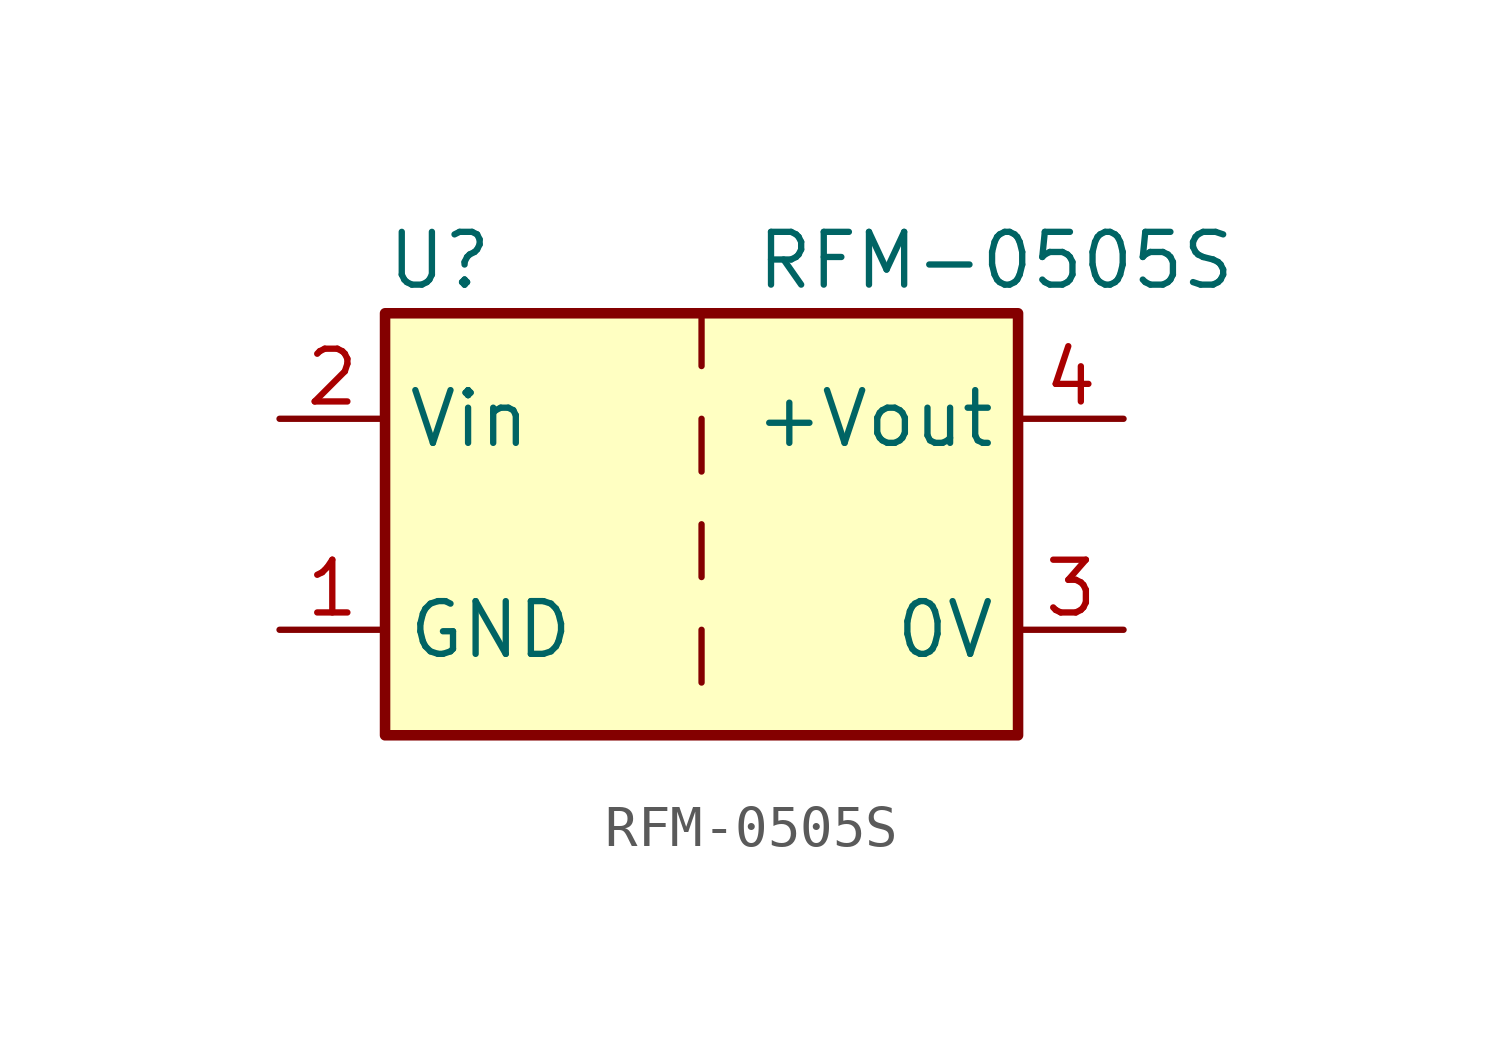
<source format=kicad_sym>
(kicad_symbol_lib
  (version 20220914)
  (generator kicad_symbol_editor)
  (symbol "RFM-0505S"
    (property "Reference" "U"
      (at -7.62 6.35 0)
      (effects (font (size 1.27 1.27)) (justify left)))
    (property "Value" "RFM-0505S"
      (at 1.27 6.35 0)
      (effects (font (size 1.27 1.27)) (justify left)))
    (symbol "RFM-0505S_0_0"
      (pin power_in line (at -10.16 -2.54 0) (length 2.54) (name "GND" (effects (font (size 1.27 1.27)))) (number "1" (effects (font (size 1.27 1.27)))))
      (pin power_in line (at -10.16 2.54 0) (length 2.54) (name "Vin" (effects (font (size 1.27 1.27)))) (number "2" (effects (font (size 1.27 1.27)))))
      (pin power_out line (at 10.16 -2.54 180) (length 2.54) (name "0V" (effects (font (size 1.27 1.27)))) (number "3" (effects (font (size 1.27 1.27)))))
      (pin power_out line (at 10.16 2.54 180) (length 2.54) (name "+Vout" (effects (font (size 1.27 1.27)))) (number "4" (effects (font (size 1.27 1.27))))))
    (symbol "RFM-0505S_0_1"
      (rectangle (start -7.62 5.08) (end 7.62 -5.08) (stroke (width 0.254) (type solid)) (fill (type background)))
      (polyline (pts (xy 0 -2.54) (xy 0 -3.81)) (stroke (width 0) (type solid)) (fill (type none)))
      (polyline (pts (xy 0 0) (xy 0 -1.27)) (stroke (width 0) (type solid)) (fill (type none)))
      (polyline (pts (xy 0 2.54) (xy 0 1.27)) (stroke (width 0) (type solid)) (fill (type none)))
      (polyline (pts (xy 0 5.08) (xy 0 3.81)) (stroke (width 0) (type solid)) (fill (type none))))))
</source>
